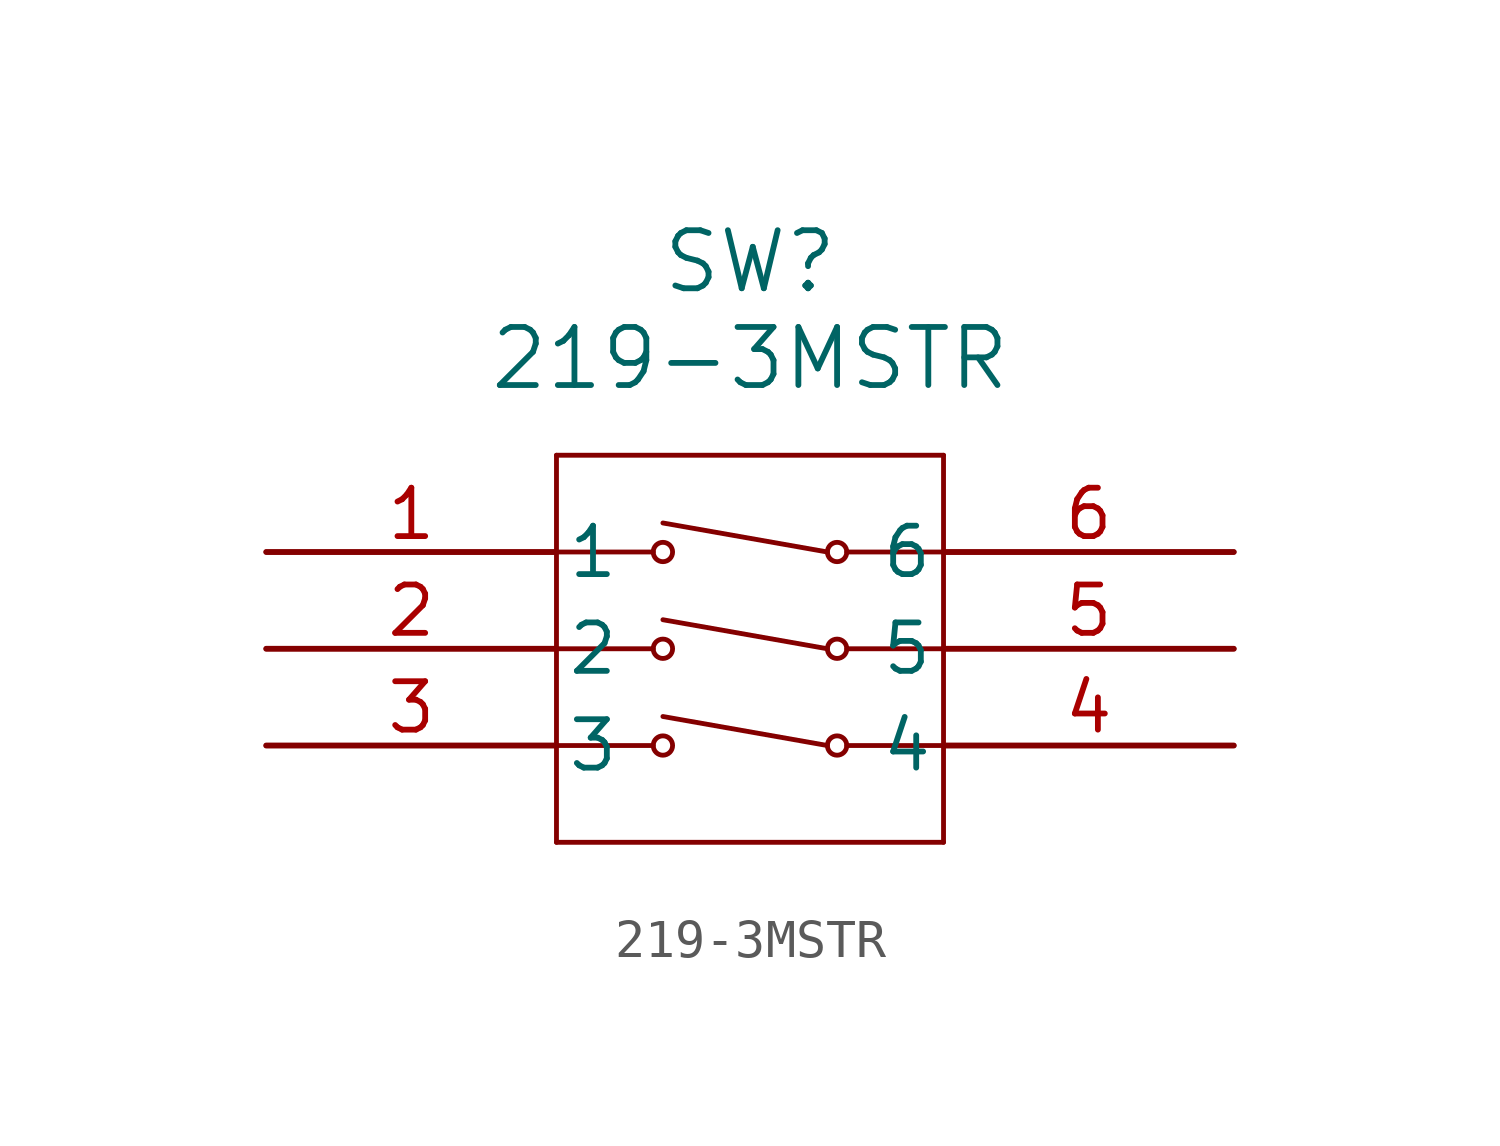
<source format=kicad_sym>
(kicad_symbol_lib
  (version 20220914)
  (generator kicad_symbol_editor)
  (symbol "219-3MSTR"
    (pin_names
      (offset 0.254))
    (property "Reference" "SW"
      (at 12.7 7.62 0)
      (effects (font (size 1.524 1.524))))
    (property "Value" "219-3MSTR"
      (at 12.7 5.08 0)
      (effects (font (size 1.524 1.524))))
    (symbol "219-3MSTR_0_1"
      (polyline (pts (xy 0 -5.08) (xy 10.16 -5.08)) (stroke (width 0.127) (type default)) (fill (type none)))
      (polyline (pts (xy 0 -2.54) (xy 10.16 -2.54)) (stroke (width 0.127) (type default)) (fill (type none)))
      (polyline (pts (xy 0 0) (xy 10.16 0)) (stroke (width 0.127) (type default)) (fill (type none)))
      (polyline (pts (xy 7.62 -7.62) (xy 17.78 -7.62)) (stroke (width 0.127) (type default)) (fill (type none)))
      (polyline (pts (xy 7.62 2.54) (xy 7.62 -7.62)) (stroke (width 0.127) (type default)) (fill (type none)))
      (polyline (pts (xy 14.732 -5.08) (xy 10.414 -4.318)) (stroke (width 0.127) (type default)) (fill (type none)))
      (polyline (pts (xy 14.732 -2.54) (xy 10.414 -1.778)) (stroke (width 0.127) (type default)) (fill (type none)))
      (polyline (pts (xy 14.732 0) (xy 10.414 0.762)) (stroke (width 0.127) (type default)) (fill (type none)))
      (polyline (pts (xy 15.24 -5.08) (xy 25.4 -5.08)) (stroke (width 0.127) (type default)) (fill (type none)))
      (polyline (pts (xy 15.24 -2.54) (xy 25.4 -2.54)) (stroke (width 0.127) (type default)) (fill (type none)))
      (polyline (pts (xy 15.24 0) (xy 25.4 0)) (stroke (width 0.127) (type default)) (fill (type none)))
      (polyline (pts (xy 17.78 -7.62) (xy 17.78 2.54)) (stroke (width 0.127) (type default)) (fill (type none)))
      (polyline (pts (xy 17.78 2.54) (xy 7.62 2.54)) (stroke (width 0.127) (type default)) (fill (type none)))
      (circle (center 10.414 -5.08) (radius 0.254) (stroke (width 0.127) (type default)) (fill (type none)))
      (circle (center 10.414 -2.54) (radius 0.254) (stroke (width 0.127) (type default)) (fill (type none)))
      (circle (center 10.414 0) (radius 0.254) (stroke (width 0.127) (type default)) (fill (type none)))
      (circle (center 14.986 -5.08) (radius 0.254) (stroke (width 0.127) (type default)) (fill (type none)))
      (circle (center 14.986 -2.54) (radius 0.254) (stroke (width 0.127) (type default)) (fill (type none)))
      (circle (center 14.986 0) (radius 0.254) (stroke (width 0.127) (type default)) (fill (type none)))
      (pin unspecified line (at 0 0 0) (length 7.62) (name "1" (effects (font (size 1.27 1.27)))) (number "1" (effects (font (size 1.27 1.27)))))
      (pin unspecified line (at 0 -2.54 0) (length 7.62) (name "2" (effects (font (size 1.27 1.27)))) (number "2" (effects (font (size 1.27 1.27)))))
      (pin unspecified line (at 0 -5.08 0) (length 7.62) (name "3" (effects (font (size 1.27 1.27)))) (number "3" (effects (font (size 1.27 1.27)))))
      (pin unspecified line (at 25.4 -5.08 180) (length 7.62) (name "4" (effects (font (size 1.27 1.27)))) (number "4" (effects (font (size 1.27 1.27)))))
      (pin unspecified line (at 25.4 -2.54 180) (length 7.62) (name "5" (effects (font (size 1.27 1.27)))) (number "5" (effects (font (size 1.27 1.27)))))
      (pin unspecified line (at 25.4 0 180) (length 7.62) (name "6" (effects (font (size 1.27 1.27)))) (number "6" (effects (font (size 1.27 1.27))))))))
</source>
